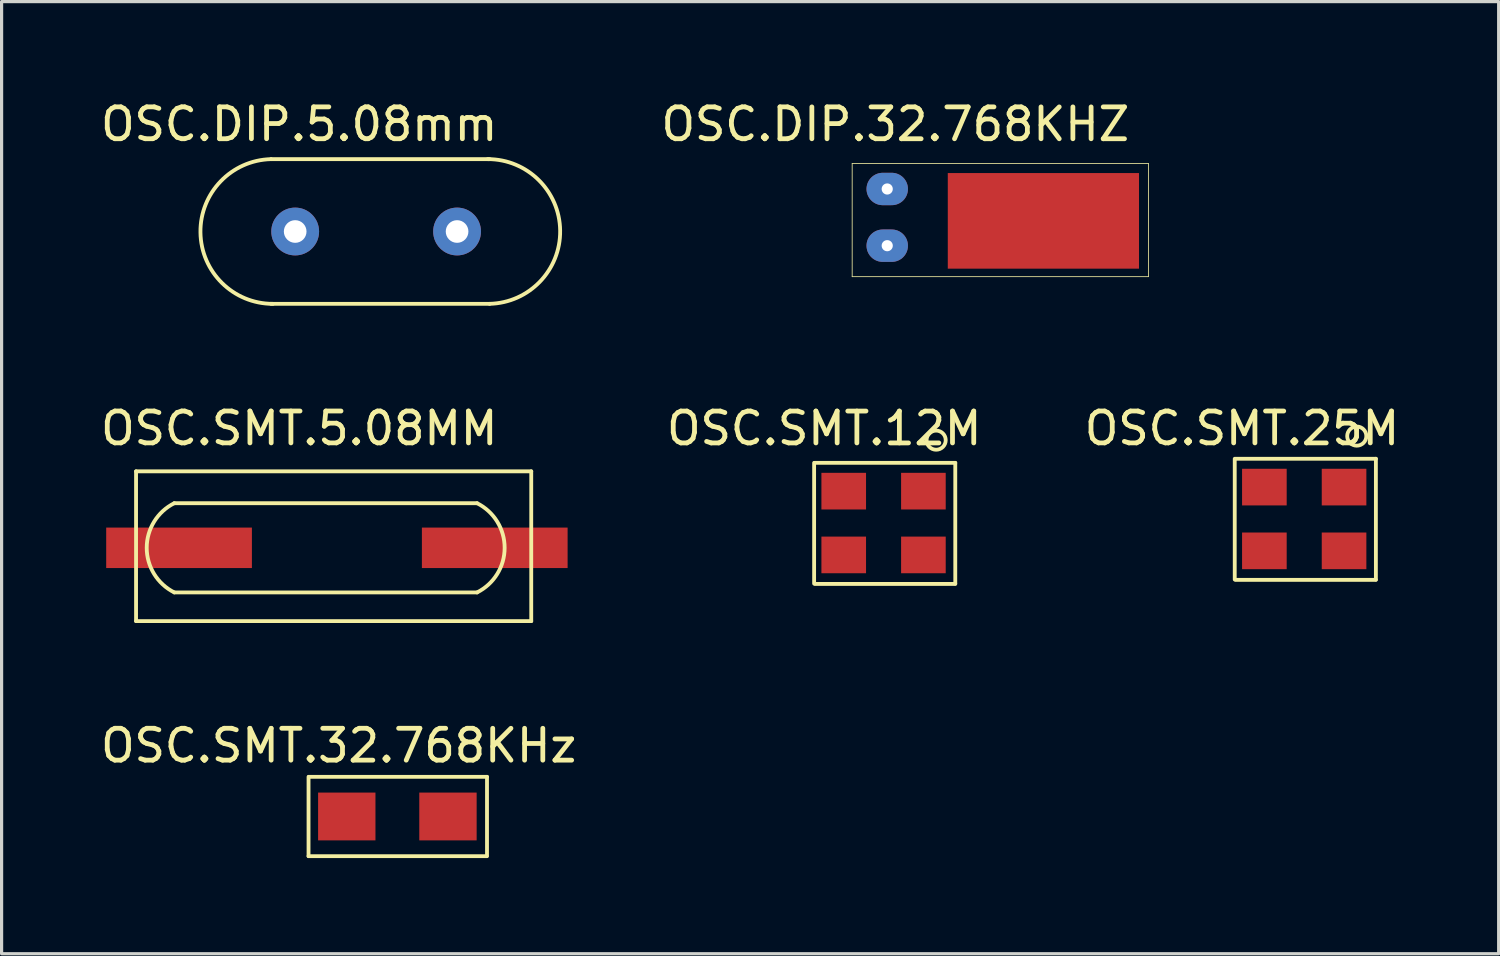
<source format=kicad_pcb>
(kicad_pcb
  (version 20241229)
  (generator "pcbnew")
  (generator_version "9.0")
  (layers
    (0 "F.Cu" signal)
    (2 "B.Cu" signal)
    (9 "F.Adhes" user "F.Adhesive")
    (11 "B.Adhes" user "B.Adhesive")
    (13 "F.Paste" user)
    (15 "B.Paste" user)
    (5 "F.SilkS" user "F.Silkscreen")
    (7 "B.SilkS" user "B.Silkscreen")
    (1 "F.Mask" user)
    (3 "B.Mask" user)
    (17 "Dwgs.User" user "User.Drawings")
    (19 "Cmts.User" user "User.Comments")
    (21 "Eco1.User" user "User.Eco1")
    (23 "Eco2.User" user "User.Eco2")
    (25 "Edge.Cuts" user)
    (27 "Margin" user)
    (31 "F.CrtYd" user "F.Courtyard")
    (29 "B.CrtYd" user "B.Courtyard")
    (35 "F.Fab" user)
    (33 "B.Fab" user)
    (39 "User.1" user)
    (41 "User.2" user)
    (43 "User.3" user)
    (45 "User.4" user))
  (footprint "OSC.SMT.12M"
    (layer "F.Cu")
    (at 24.654 13.314)
    (property "Reference" "OSC.SMT.12M" (at -1.841 -2.921 0) (layer "F.SilkS") (effects (font (size 1 1) (thickness 0.15))))
    (attr through_hole)
    (fp_line (start -2.159 -1.841) (end -2.159 1.948) (stroke (width 0.12) (type solid)) (layer "F.SilkS"))
    (fp_line (start 2.27 -1.841) (end -2.13 -1.841) (stroke (width 0.12) (type solid)) (layer "F.SilkS"))
    (fp_line (start 2.27 -1.841) (end 2.27 1.948) (stroke (width 0.12) (type solid)) (layer "F.SilkS"))
    (fp_line (start 2.27 1.958) (end -2.13 1.958) (stroke (width 0.12) (type solid)) (layer "F.SilkS"))
    (fp_circle (center 1.67 -2.553) (end 1.97 -2.553) (stroke (width 0.12) (type solid)) (fill no) (layer "F.SilkS"))
    (pad "1" smd rect (at 1.27 -0.953 270) (size 1.15 1.4) (layers "F.Cu" "F.Mask" "F.Paste"))
    (pad "2" smd rect (at -1.23 -0.953 270) (size 1.15 1.4) (layers "F.Cu" "F.Mask" "F.Paste"))
    (pad "3" smd rect (at -1.23 1.048 270) (size 1.15 1.4) (layers "F.Cu" "F.Mask" "F.Paste"))
    (pad "4" smd rect (at 1.27 1.048 270) (size 1.15 1.4) (layers "F.Cu" "F.Mask" "F.Paste")))
  (footprint "OSC.SMT.5.08MM"
    (layer "F.Cu")
    (at 7.419 14.139)
    (property "Reference" "OSC.SMT.5.08MM" (at -1.079 -3.747 0) (layer "F.SilkS") (effects (font (size 1 1) (thickness 0.15))))
    (attr through_hole)
    (fp_line (start -6.2 -2.4) (end -6.2 2.3) (stroke (width 0.12) (type solid)) (layer "F.SilkS"))
    (fp_line (start -6.2 -2.4) (end 6.2 -2.4) (stroke (width 0.12) (type solid)) (layer "F.SilkS"))
    (fp_line (start -6.2 2.3) (end 6.2 2.3) (stroke (width 0.12) (type solid)) (layer "F.SilkS"))
    (fp_line (start -5 -1.4) (end 4.5 -1.4) (stroke (width 0.12) (type solid)) (layer "F.SilkS"))
    (fp_line (start -5 1.4) (end 4.5 1.4) (stroke (width 0.12) (type solid)) (layer "F.SilkS"))
    (fp_line (start 6.2 -2.4) (end 6.2 2.3) (stroke (width 0.12) (type solid)) (layer "F.SilkS"))
    (fp_arc (start -5 1.399999) (mid -5.865247 0) (end -4.999999 -1.399999) (stroke (width 0.12) (type solid)) (layer "F.SilkS"))
    (fp_arc (start 4.500001 -1.399998) (mid 5.365248 0.000001) (end 4.5 1.4) (stroke (width 0.12) (type solid)) (layer "F.SilkS"))
    (pad "1" smd rect (at -4.851 0) (size 4.572 1.27) (layers "F.Cu" "F.Mask" "F.Paste"))
    (pad "2" smd rect (at 5.055 0) (size 4.572 1.27) (layers "F.Cu" "F.Mask" "F.Paste")))
  (footprint "OSC.SMT.32.768KHz"
    (layer "F.Cu")
    (at 9.355 22.633)
    (property "Reference" "OSC.SMT.32.768KHz" (at -1.778 -2.286 0) (layer "F.SilkS") (effects (font (size 1 1) (thickness 0.15))))
    (attr through_hole)
    (fp_line (start -2.724 -1.308) (end -2.724 1.181) (stroke (width 0.12) (type solid)) (layer "F.SilkS"))
    (fp_line (start -2.724 1.181) (end 2.864 1.181) (stroke (width 0.12) (type solid)) (layer "F.SilkS"))
    (fp_line (start -2.712 -1.308) (end 2.876 -1.308) (stroke (width 0.12) (type solid)) (layer "F.SilkS"))
    (fp_line (start 2.876 -1.308) (end 2.876 1.181) (stroke (width 0.12) (type solid)) (layer "F.SilkS"))
    (pad "1" smd rect (at -1.524 -0.064) (size 1.8 1.5) (layers "F.Cu" "F.Mask" "F.Paste"))
    (pad "2" smd rect (at 1.651 -0.064) (size 1.8 1.5) (layers "F.Cu" "F.Mask" "F.Paste")))
  (footprint "OSC.SMT.25M"
    (layer "F.Cu")
    (at 37.889 13.123)
    (property "Reference" "OSC.SMT.25M" (at -1.968 -2.731 0) (layer "F.SilkS") (effects (font (size 1 1) (thickness 0.15))))
    (attr through_hole)
    (fp_line (start -2.196 -1.778) (end -2.196 2.011) (stroke (width 0.12) (type solid)) (layer "F.SilkS"))
    (fp_line (start 2.233 -1.778) (end -2.167 -1.778) (stroke (width 0.12) (type solid)) (layer "F.SilkS"))
    (fp_line (start 2.233 -1.778) (end 2.233 2.011) (stroke (width 0.12) (type solid)) (layer "F.SilkS"))
    (fp_line (start 2.233 2.022) (end -2.167 2.022) (stroke (width 0.12) (type solid)) (layer "F.SilkS"))
    (fp_circle (center 1.633 -2.489) (end 1.933 -2.489) (stroke (width 0.12) (type solid)) (fill no) (layer "F.SilkS"))
    (pad "1" smd rect (at 1.234 -0.889 270) (size 1.15 1.4) (layers "F.Cu" "F.Mask" "F.Paste"))
    (pad "2" smd rect (at -1.266 -0.889 270) (size 1.15 1.4) (layers "F.Cu" "F.Mask" "F.Paste"))
    (pad "3" smd rect (at -1.266 1.111 270) (size 1.15 1.4) (layers "F.Cu" "F.Mask" "F.Paste"))
    (pad "4" smd rect (at 1.234 1.111 270) (size 1.15 1.4) (layers "F.Cu" "F.Mask" "F.Paste")))
  (footprint "OSC.DIP.5.08mm"
    (layer "F.Cu")
    (at 8.752 4.15)
    (property "Reference" "OSC.DIP.5.08mm" (at -2.413 -3.302 0) (layer "F.SilkS") (effects (font (size 1 1) (thickness 0.15))))
    (attr through_hole)
    (fp_line (start -3.298 -2.207) (end 3.56 -2.207) (stroke (width 0.12) (type solid)) (layer "F.SilkS"))
    (fp_line (start -3.298 2.333) (end 3.56 2.333) (stroke (width 0.12) (type solid)) (layer "F.SilkS"))
    (fp_arc (start -3.240001 2.334239) (mid -5.510554 0.092501) (end -3.297998 -2.206498) (stroke (width 0.12) (type solid)) (layer "F.SilkS"))
    (fp_arc (start 3.502003 -2.207237) (mid 5.772556 0.034501) (end 3.56 2.3335) (stroke (width 0.12) (type solid)) (layer "F.SilkS"))
    (pad "1" thru_hole circle (at -2.54 0.064) (size 1.5 1.5) (drill 0.711) (layers "*.Cu" "*.Mask"))
    (pad "2" thru_hole circle (at 2.54 0.064) (size 1.5 1.5) (drill 0.711) (layers "*.Cu" "*.Mask")))
  (footprint "OSC.DIP.32.768KHZ"
    (layer "F.Cu")
    (at 27.774 3.706)
    (property "Reference" "OSC.DIP.32.768KHZ" (at -2.731 -2.857 0) (layer "F.SilkS") (effects (font (size 1 1) (thickness 0.15))))
    (attr through_hole)
    (fp_line (start -4.085 -1.625) (end -4.085 1.925) (stroke (width 0.025) (type solid)) (layer "F.SilkS"))
    (fp_line (start -4.085 -1.625) (end 5.215 -1.625) (stroke (width 0.025) (type solid)) (layer "F.SilkS"))
    (fp_line (start -4.085 1.925) (end 5.215 1.925) (stroke (width 0.025) (type solid)) (layer "F.SilkS"))
    (fp_line (start 5.215 -1.625) (end 5.215 1.925) (stroke (width 0.025) (type solid)) (layer "F.SilkS"))
    (pad "1" thru_hole oval (at -2.985 -0.826) (size 1.3 1.016) (drill 0.35) (layers "*.Cu" "*.Mask"))
    (pad "2" thru_hole oval (at -2.985 0.953) (size 1.3 1.016) (drill 0.35) (layers "*.Cu" "*.Mask"))
    (pad "3" smd rect (at 1.915 0.174) (size 6 3) (layers "F.Cu" "F.Mask" "F.Paste")))
  (gr_rect
    (start -3 -3)
    (end 43.974 26.875)
    (stroke (width 0.1) (type default))
    (fill no)
    (layer "Edge.Cuts")))
</source>
